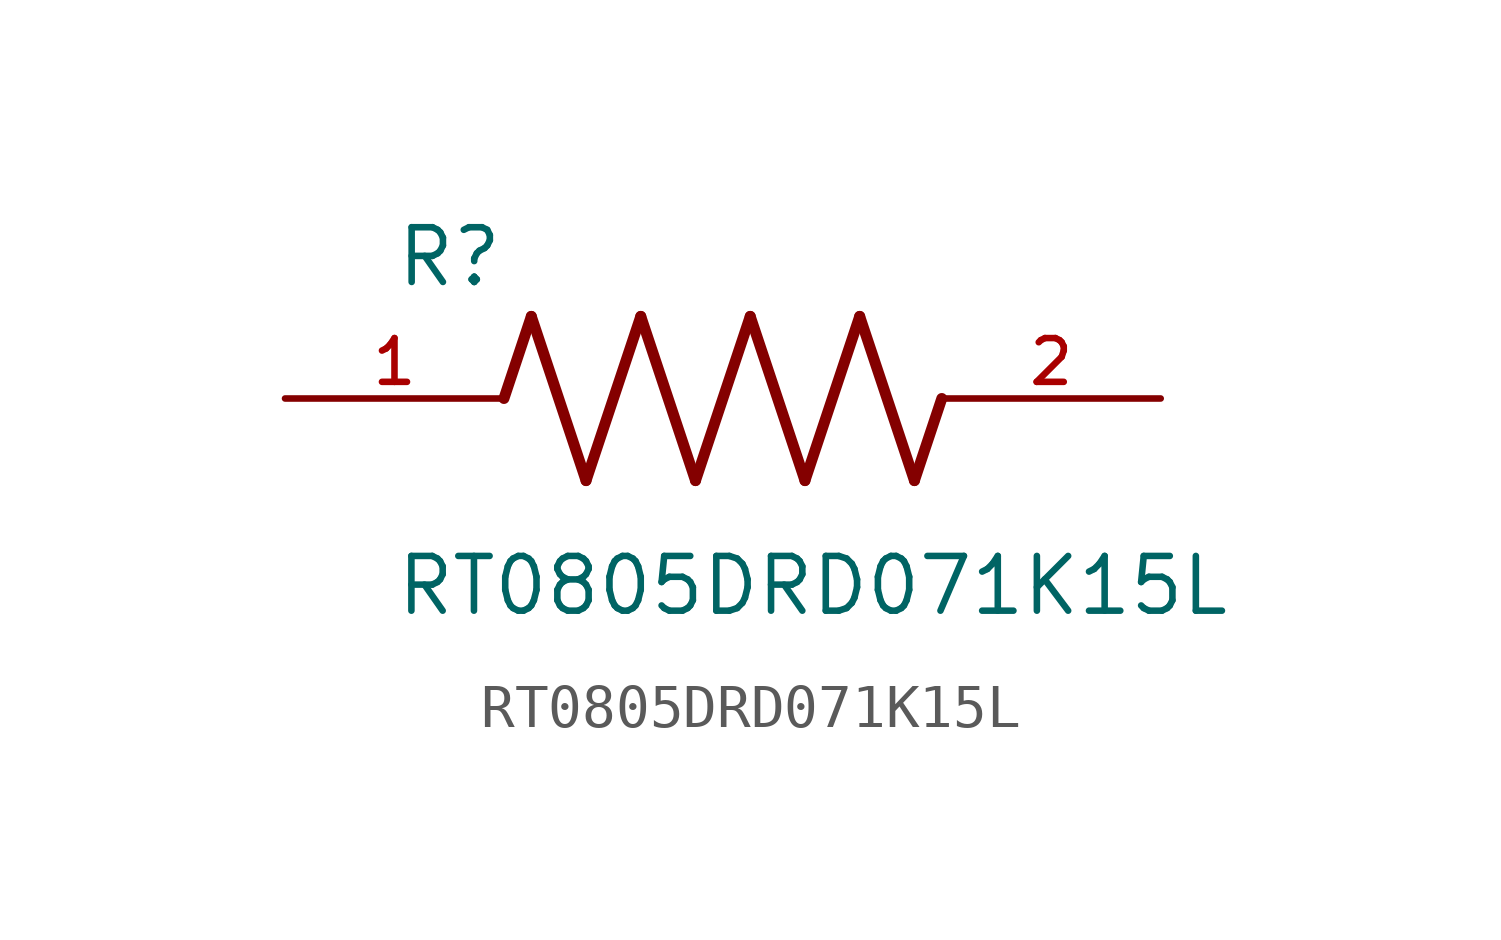
<source format=kicad_sym>
(kicad_symbol_lib
  (version 20211014)
  (generator kicad_symbol_editor)
  (symbol "RT0805DRD071K15L"
    (pin_names
      (offset 1.016))
    (property "Reference" "R"
      (at -7.624 2.541 0)
      (effects (font (size 1.27 1.27)) (justify bottom left)))
    (property "Value" "RT0805DRD071K15L"
      (at -7.63 -5.087 0)
      (effects (font (size 1.27 1.27)) (justify bottom left)))
    (symbol "RT0805DRD071K15L_0_0"
      (polyline (pts (xy -5.08 0.0) (xy -4.445 1.905)) (stroke (width 0.254)))
      (polyline (pts (xy -4.445 1.905) (xy -3.175 -1.905)) (stroke (width 0.254)))
      (polyline (pts (xy -3.175 -1.905) (xy -1.905 1.905)) (stroke (width 0.254)))
      (polyline (pts (xy -1.905 1.905) (xy -0.635 -1.905)) (stroke (width 0.254)))
      (polyline (pts (xy -0.635 -1.905) (xy 0.635 1.905)) (stroke (width 0.254)))
      (polyline (pts (xy 0.635 1.905) (xy 1.905 -1.905)) (stroke (width 0.254)))
      (polyline (pts (xy 1.905 -1.905) (xy 3.175 1.905)) (stroke (width 0.254)))
      (polyline (pts (xy 3.175 1.905) (xy 4.445 -1.905)) (stroke (width 0.254)))
      (polyline (pts (xy 4.445 -1.905) (xy 5.08 0.0)) (stroke (width 0.254)))
      (pin passive line (at -10.16 0.0 0) (length 5.08) (name "~" (effects (font (size 1.016 1.016)))) (number "1" (effects (font (size 1.016 1.016)))))
      (pin passive line (at 10.16 0.0 180.0) (length 5.08) (name "~" (effects (font (size 1.016 1.016)))) (number "2" (effects (font (size 1.016 1.016))))))))
</source>
